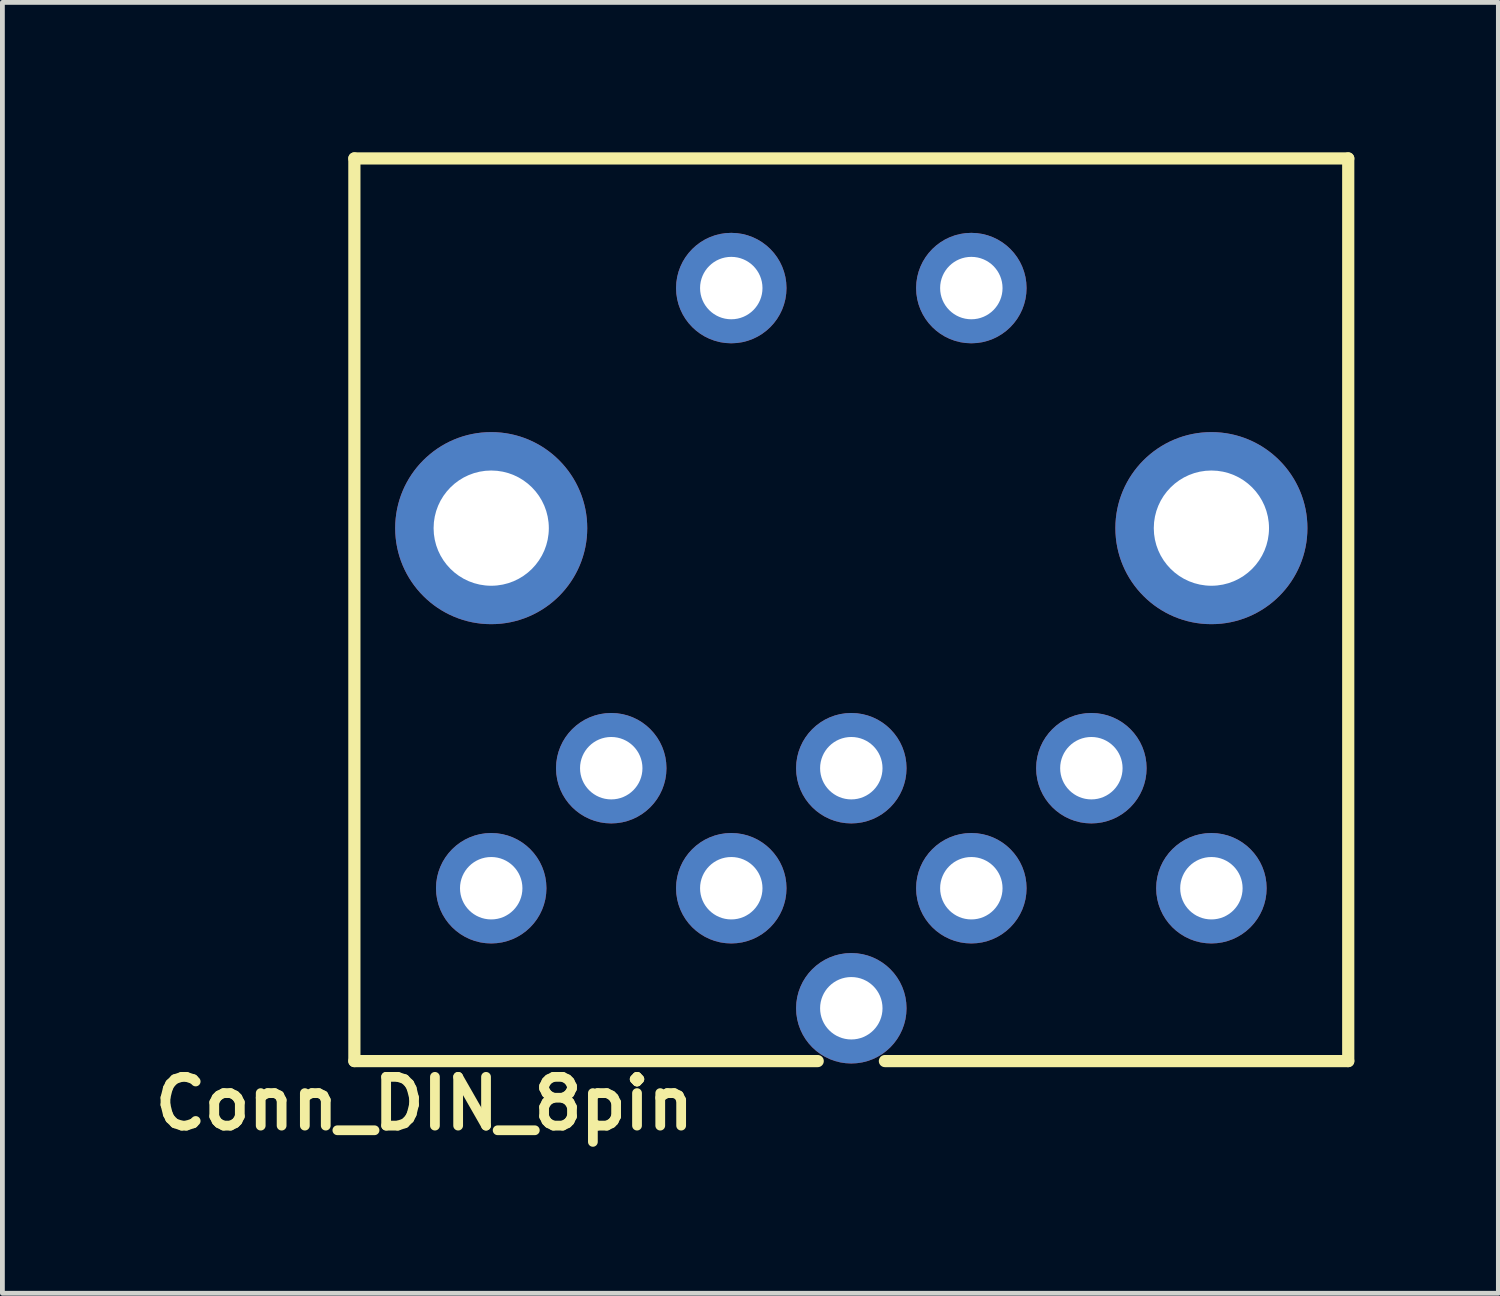
<source format=kicad_pcb>
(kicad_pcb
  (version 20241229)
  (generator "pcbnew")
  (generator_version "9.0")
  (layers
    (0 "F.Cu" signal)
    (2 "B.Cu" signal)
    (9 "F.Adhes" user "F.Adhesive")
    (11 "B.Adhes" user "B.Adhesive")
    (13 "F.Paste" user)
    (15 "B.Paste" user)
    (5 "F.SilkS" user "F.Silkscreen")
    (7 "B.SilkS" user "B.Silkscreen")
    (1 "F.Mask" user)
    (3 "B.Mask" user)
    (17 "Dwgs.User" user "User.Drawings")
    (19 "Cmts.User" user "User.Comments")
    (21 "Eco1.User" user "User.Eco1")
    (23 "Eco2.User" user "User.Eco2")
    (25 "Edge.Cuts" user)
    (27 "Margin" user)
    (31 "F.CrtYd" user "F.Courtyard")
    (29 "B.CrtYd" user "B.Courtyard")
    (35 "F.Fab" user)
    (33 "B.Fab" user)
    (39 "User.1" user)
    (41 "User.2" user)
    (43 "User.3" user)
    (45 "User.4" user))
  (footprint "Conn_DIN_8pin"
    (layer "F.Cu")
    (at 14.681 0.25)
    (property "Reference" "Conn_DIN_8pin" (at -8.89 19.685 0) (layer "F.SilkS") (effects (font (size 1.016 1.016) (thickness 0.203))))
    (attr through_hole)
    (fp_line (start -10.35 0) (end 10.35 0) (stroke (width 0.254) (type solid)) (layer "F.SilkS"))
    (fp_line (start -10.35 18.8) (end -10.35 0) (stroke (width 0.254) (type solid)) (layer "F.SilkS"))
    (fp_line (start -10.35 18.8) (end -0.7 18.8) (stroke (width 0.254) (type solid)) (layer "F.SilkS"))
    (fp_line (start 10.35 0) (end 10.35 18.8) (stroke (width 0.254) (type solid)) (layer "F.SilkS"))
    (fp_line (start 10.35 18.8) (end 0.7 18.8) (stroke (width 0.254) (type solid)) (layer "F.SilkS"))
    (pad "1" thru_hole circle (at -5 12.7 180) (size 2.3 2.3) (drill 1.3) (layers "*.Cu" "*.Mask"))
    (pad "2" thru_hole circle (at 0 12.7 180) (size 2.3 2.3) (drill 1.3) (layers "*.Cu" "*.Mask"))
    (pad "3" thru_hole circle (at 5 12.7 180) (size 2.3 2.3) (drill 1.3) (layers "*.Cu" "*.Mask"))
    (pad "4" thru_hole circle (at -2.5 15.2 180) (size 2.3 2.3) (drill 1.3) (layers "*.Cu" "*.Mask"))
    (pad "5" thru_hole circle (at 2.5 15.2 180) (size 2.3 2.3) (drill 1.3) (layers "*.Cu" "*.Mask"))
    (pad "6" thru_hole circle (at -7.5 15.2 180) (size 2.3 2.3) (drill 1.3) (layers "*.Cu" "*.Mask"))
    (pad "7" thru_hole circle (at 7.5 15.2 180) (size 2.3 2.3) (drill 1.3) (layers "*.Cu" "*.Mask"))
    (pad "8" thru_hole circle (at 0 17.7 180) (size 2.3 2.3) (drill 1.3) (layers "*.Cu" "*.Mask"))
    (pad "~" thru_hole circle (at -7.5 7.7 180) (size 4 4) (drill 2.4) (layers "*.Cu" "*.Mask"))
    (pad "~" thru_hole circle (at -2.5 2.7 180) (size 2.3 2.3) (drill 1.3) (layers "*.Cu" "*.Mask"))
    (pad "~" thru_hole circle (at 2.5 2.7 180) (size 2.3 2.3) (drill 1.3) (layers "*.Cu" "*.Mask"))
    (pad "~" thru_hole circle (at 7.5 7.7 180) (size 4 4) (drill 2.4) (layers "*.Cu" "*.Mask")))
  (gr_rect
    (start -3 -3)
    (end 28.158 23.886)
    (stroke (width 0.1) (type default))
    (fill no)
    (layer "Edge.Cuts")))
</source>
